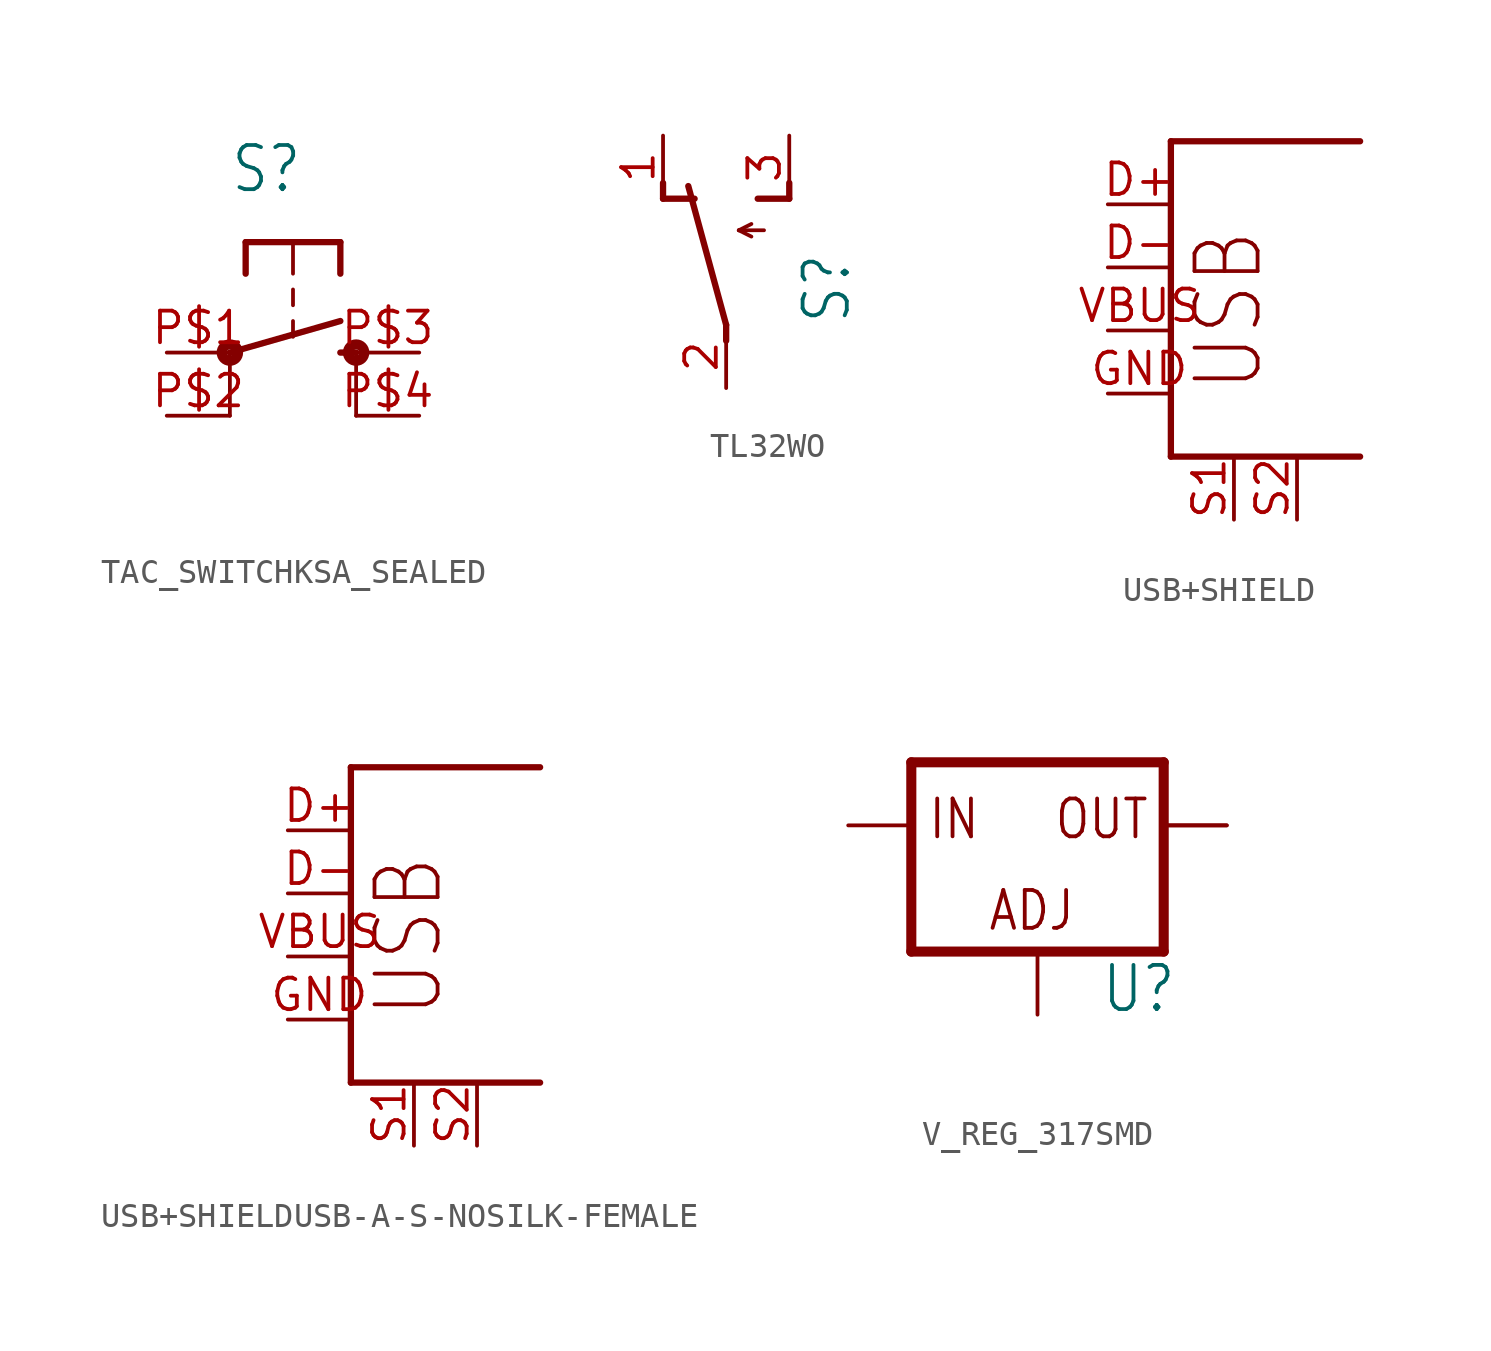
<source format=kicad_sym>
(kicad_symbol_lib
  (version 20231120)
  (generator "kicad_symbol_editor")
  (generator_version "8.0")
  (symbol "TAC_SWITCHKSA_SEALED"
    (property "Reference" "S"
      (at -2.54 6.35 0)
      (effects (font (size 1.778 1.511)) (justify left bottom)))
    (property "Value" ""
      (at -2.54 -6.35 0)
      (effects (font (size 1.778 1.511)) (justify left bottom)))
    (property "ki_locked" ""
      (at 0 0 0)
      (effects (font (size 1.27 1.27))))
    (symbol "TAC_SWITCHKSA_SEALED_1_0"
      (circle (center -2.54 0) (radius 0.127) (stroke (width 0.406) (type solid)) (fill (type none)))
      (polyline (pts (xy -2.54 -2.54) (xy -2.54 0)) (stroke (width 0.152) (type solid)) (fill (type none)))
      (polyline (pts (xy -2.54 0) (xy 1.905 1.27)) (stroke (width 0.254) (type solid)) (fill (type none)))
      (polyline (pts (xy -1.905 4.445) (xy -1.905 3.175)) (stroke (width 0.254) (type solid)) (fill (type none)))
      (polyline (pts (xy 0 1.27) (xy 0 0.635)) (stroke (width 0.152) (type solid)) (fill (type none)))
      (polyline (pts (xy 0 2.54) (xy 0 1.905)) (stroke (width 0.152) (type solid)) (fill (type none)))
      (polyline (pts (xy 0 4.445) (xy -1.905 4.445)) (stroke (width 0.254) (type solid)) (fill (type none)))
      (polyline (pts (xy 0 4.445) (xy 0 3.175)) (stroke (width 0.152) (type solid)) (fill (type none)))
      (polyline (pts (xy 1.905 0) (xy 2.54 0)) (stroke (width 0.254) (type solid)) (fill (type none)))
      (polyline (pts (xy 1.905 4.445) (xy 0 4.445)) (stroke (width 0.254) (type solid)) (fill (type none)))
      (polyline (pts (xy 1.905 4.445) (xy 1.905 3.175)) (stroke (width 0.254) (type solid)) (fill (type none)))
      (polyline (pts (xy 2.54 -2.54) (xy 2.54 0)) (stroke (width 0.152) (type solid)) (fill (type none)))
      (circle (center 2.54 0) (radius 0.127) (stroke (width 0.406) (type solid)) (fill (type none)))
      (pin passive line (at -5.08 0 0) (length 2.54) (name "1" (effects (font (size 0 0)))) (number "P$1" (effects (font (size 1.27 1.27)))))
      (pin passive line (at -5.08 -2.54 0) (length 2.54) (name "2" (effects (font (size 0 0)))) (number "P$2" (effects (font (size 1.27 1.27)))))
      (pin passive line (at 5.08 0 180) (length 2.54) (name "3" (effects (font (size 0 0)))) (number "P$3" (effects (font (size 1.27 1.27)))))
      (pin passive line (at 5.08 -2.54 180) (length 2.54) (name "4" (effects (font (size 0 0)))) (number "P$4" (effects (font (size 1.27 1.27)))))))
  (symbol "TL32WO"
    (property "Reference" "S"
      (at 5.08 -2.54 90)
      (effects (font (size 1.778 1.511)) (justify left bottom)))
    (property "Value" ""
      (at 7.62 -2.54 90)
      (effects (font (size 1.778 1.511)) (justify left bottom)))
    (property "ki_locked" ""
      (at 0 0 0)
      (effects (font (size 1.27 1.27))))
    (symbol "TL32WO_1_0"
      (polyline (pts (xy -2.54 2.54) (xy -2.54 3.175)) (stroke (width 0.254) (type solid)) (fill (type none)))
      (polyline (pts (xy -2.54 2.54) (xy -1.27 2.54)) (stroke (width 0.254) (type solid)) (fill (type none)))
      (polyline (pts (xy 0 -3.175) (xy 0 -2.54)) (stroke (width 0.254) (type solid)) (fill (type none)))
      (polyline (pts (xy 0 -2.54) (xy -1.524 3.048)) (stroke (width 0.254) (type solid)) (fill (type none)))
      (polyline (pts (xy 0.508 1.27) (xy 1.016 1.016)) (stroke (width 0.152) (type solid)) (fill (type none)))
      (polyline (pts (xy 0.508 1.27) (xy 1.016 1.524)) (stroke (width 0.152) (type solid)) (fill (type none)))
      (polyline (pts (xy 0.508 1.27) (xy 1.524 1.27)) (stroke (width 0.152) (type solid)) (fill (type none)))
      (polyline (pts (xy 1.27 2.54) (xy 2.54 2.54)) (stroke (width 0.254) (type solid)) (fill (type none)))
      (polyline (pts (xy 2.54 2.54) (xy 2.54 3.175)) (stroke (width 0.254) (type solid)) (fill (type none)))
      (pin passive line (at -2.54 5.08 270) (length 2.54) (name "O" (effects (font (size 0 0)))) (number "1" (effects (font (size 1.27 1.27)))))
      (pin passive line (at 0 -5.08 90) (length 2.54) (name "P" (effects (font (size 0 0)))) (number "2" (effects (font (size 1.27 1.27)))))
      (pin passive line (at 2.54 5.08 270) (length 2.54) (name "S" (effects (font (size 0 0)))) (number "3" (effects (font (size 1.27 1.27)))))))
  (symbol "USB+SHIELD"
    (property "Reference" "CONN"
      (at 0 0 0)
      (effects (font (size 1.27 1.27)) (hide yes)))
    (property "ki_locked" ""
      (at 0 0 0)
      (effects (font (size 1.27 1.27))))
    (symbol "USB+SHIELD_1_0"
      (polyline (pts (xy 0 -2.54) (xy 7.62 -2.54)) (stroke (width 0.254) (type solid)) (fill (type none)))
      (polyline (pts (xy 0 10.16) (xy 0 -2.54)) (stroke (width 0.254) (type solid)) (fill (type none)))
      (polyline (pts (xy 7.62 10.16) (xy 0 10.16)) (stroke (width 0.254) (type solid)) (fill (type none)))
      (text "USB" (at 3.81 0 900) (effects (font (size 2.54 2.159)) (justify left bottom)))
      (pin bidirectional line (at -2.54 7.62 0) (length 2.54) (name "D+" (effects (font (size 0 0)))) (number "D+" (effects (font (size 1.27 1.27)))))
      (pin bidirectional line (at -2.54 5.08 0) (length 2.54) (name "D-" (effects (font (size 0 0)))) (number "D-" (effects (font (size 1.27 1.27)))))
      (pin bidirectional line (at -2.54 0 0) (length 2.54) (name "GND" (effects (font (size 0 0)))) (number "GND" (effects (font (size 1.27 1.27)))))
      (pin bidirectional line (at 2.54 -5.08 90) (length 2.54) (name "S1" (effects (font (size 0 0)))) (number "S1" (effects (font (size 1.27 1.27)))))
      (pin bidirectional line (at 5.08 -5.08 90) (length 2.54) (name "S2" (effects (font (size 0 0)))) (number "S2" (effects (font (size 1.27 1.27)))))
      (pin bidirectional line (at -2.54 2.54 0) (length 2.54) (name "VBUS" (effects (font (size 0 0)))) (number "VBUS" (effects (font (size 1.27 1.27)))))))
  (symbol "USB+SHIELDUSB-A-S-NOSILK-FEMALE"
    (property "Reference" "CONN"
      (at 0 0 0)
      (effects (font (size 1.27 1.27)) (hide yes)))
    (property "ki_locked" ""
      (at 0 0 0)
      (effects (font (size 1.27 1.27))))
    (symbol "USB+SHIELDUSB-A-S-NOSILK-FEMALE_1_0"
      (polyline (pts (xy 0 -2.54) (xy 7.62 -2.54)) (stroke (width 0.254) (type solid)) (fill (type none)))
      (polyline (pts (xy 0 10.16) (xy 0 -2.54)) (stroke (width 0.254) (type solid)) (fill (type none)))
      (polyline (pts (xy 7.62 10.16) (xy 0 10.16)) (stroke (width 0.254) (type solid)) (fill (type none)))
      (text "USB" (at 3.81 0 900) (effects (font (size 2.54 2.159)) (justify left bottom)))
      (pin bidirectional line (at -2.54 7.62 0) (length 2.54) (name "D+" (effects (font (size 0 0)))) (number "D+" (effects (font (size 1.27 1.27)))))
      (pin bidirectional line (at -2.54 5.08 0) (length 2.54) (name "D-" (effects (font (size 0 0)))) (number "D-" (effects (font (size 1.27 1.27)))))
      (pin bidirectional line (at -2.54 0 0) (length 2.54) (name "GND" (effects (font (size 0 0)))) (number "GND" (effects (font (size 1.27 1.27)))))
      (pin bidirectional line (at 2.54 -5.08 90) (length 2.54) (name "S1" (effects (font (size 0 0)))) (number "S1" (effects (font (size 1.27 1.27)))))
      (pin bidirectional line (at 5.08 -5.08 90) (length 2.54) (name "S2" (effects (font (size 0 0)))) (number "S2" (effects (font (size 1.27 1.27)))))
      (pin bidirectional line (at -2.54 2.54 0) (length 2.54) (name "VBUS" (effects (font (size 0 0)))) (number "VBUS" (effects (font (size 1.27 1.27)))))))
  (symbol "V_REG_317SMD"
    (property "Reference" "U"
      (at 2.54 -7.62 0)
      (effects (font (size 1.778 1.511)) (justify left bottom)))
    (property "Value" ""
      (at 2.54 -10.16 0)
      (effects (font (size 1.778 1.511)) (justify left bottom)))
    (property "ki_locked" ""
      (at 0 0 0)
      (effects (font (size 1.27 1.27))))
    (symbol "V_REG_317SMD_1_0"
      (polyline (pts (xy -5.08 -5.08) (xy 5.08 -5.08)) (stroke (width 0.406) (type solid)) (fill (type none)))
      (polyline (pts (xy -5.08 2.54) (xy -5.08 -5.08)) (stroke (width 0.406) (type solid)) (fill (type none)))
      (polyline (pts (xy 5.08 -5.08) (xy 5.08 2.54)) (stroke (width 0.406) (type solid)) (fill (type none)))
      (polyline (pts (xy 5.08 2.54) (xy -5.08 2.54)) (stroke (width 0.406) (type solid)) (fill (type none)))
      (text "ADJ" (at -2.032 -4.318 0) (effects (font (size 1.524 1.295)) (justify left bottom)))
      (text "IN" (at -4.445 -0.635 0) (effects (font (size 1.524 1.295)) (justify left bottom)))
      (text "OUT" (at 0.635 -0.635 0) (effects (font (size 1.524 1.295)) (justify left bottom)))
      (pin input line (at 0 -7.62 90) (length 2.54) (name "ADJ" (effects (font (size 0 0)))) (number "1" (effects (font (size 0 0)))))
      (pin passive line (at 7.62 0 180) (length 2.54) (name "OUT" (effects (font (size 0 0)))) (number "2" (effects (font (size 0 0)))))
      (pin input line (at -7.62 0 0) (length 2.54) (name "IN" (effects (font (size 0 0)))) (number "3" (effects (font (size 0 0)))))
      (pin passive line (at 7.62 0 180) (length 2.54) (name "OUT" (effects (font (size 0 0)))) (number "4" (effects (font (size 0 0))))))))
</source>
